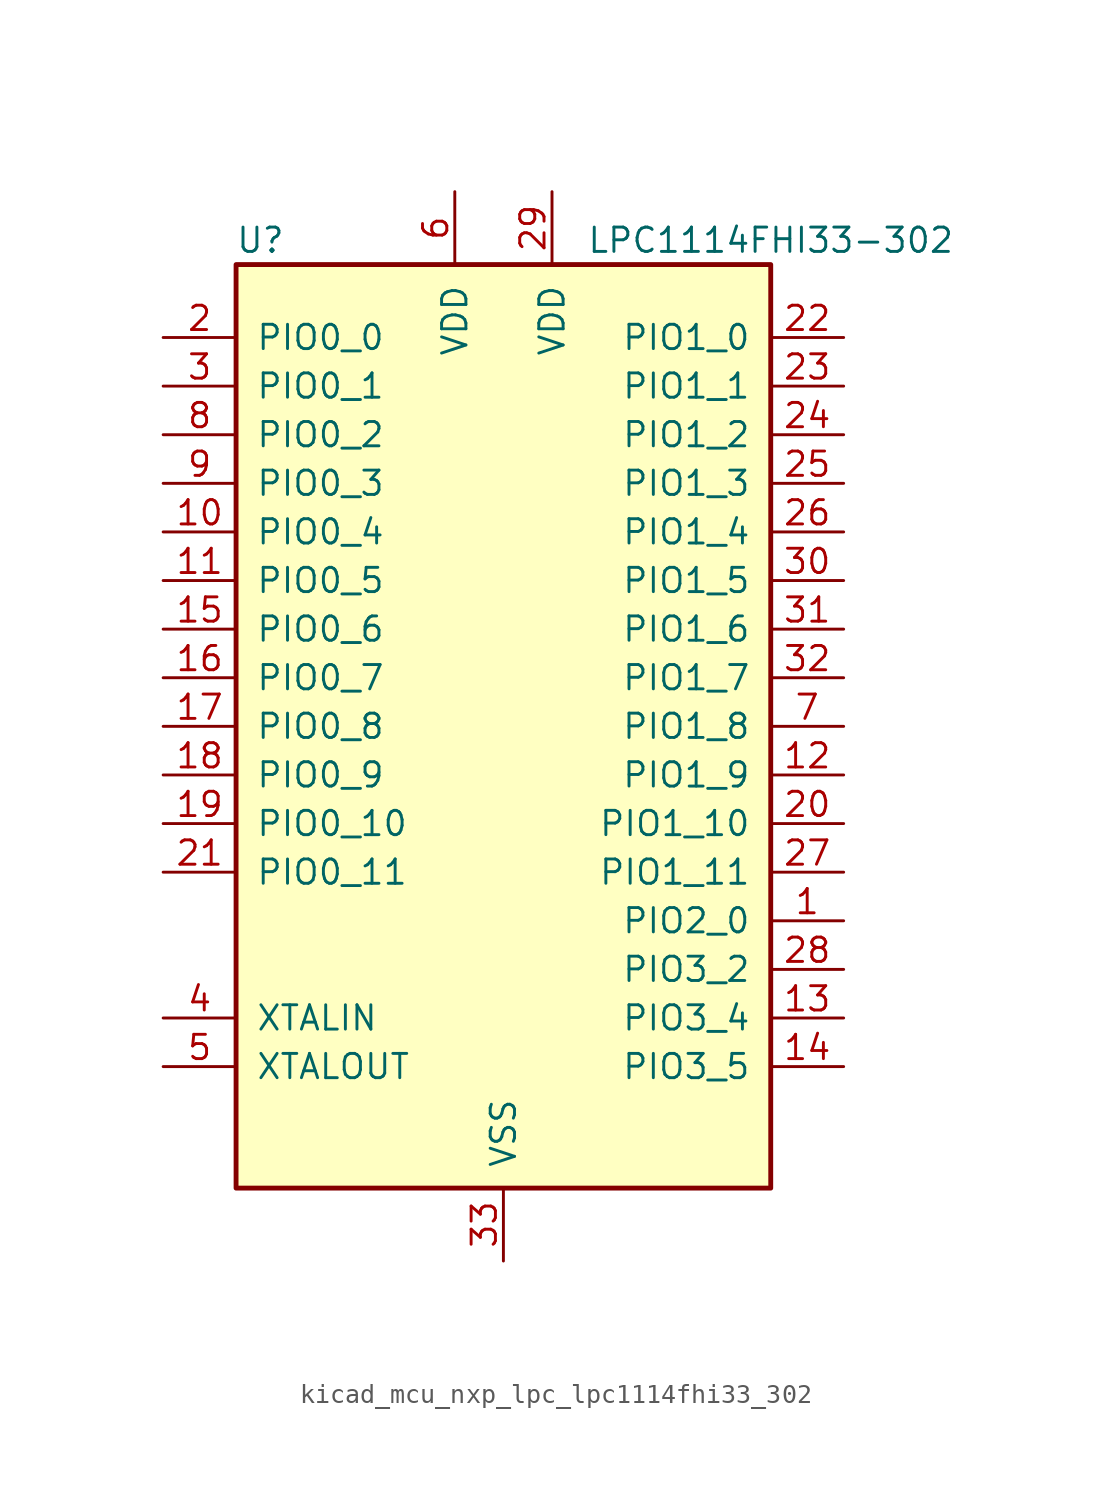
<source format=kicad_sym>
(kicad_symbol_lib
  (version 20220914)
  (generator kicad_symbol_editor)
  (symbol "kicad_mcu_nxp_lpc_lpc1114fhi33_302"
    (pin_names
      (offset 1.016))
    (property "Reference" "U"
      (at -12.7 25.4 0)
      (effects (font (size 1.27 1.27))))
    (property "Value" "LPC1114FHI33-302"
      (at 13.97 25.4 0)
      (effects (font (size 1.27 1.27))))
    (symbol "kicad_mcu_nxp_lpc_lpc1114fhi33_302_0_1"
      (rectangle (start -13.97 24.13) (end 13.97 -24.13) (stroke (width 0.254) (type default)) (fill (type background))))
    (symbol "kicad_mcu_nxp_lpc_lpc1114fhi33_302_1_1"
      (pin bidirectional line (at 17.78 -10.16 180) (length 3.81) (name "PIO2_0" (effects (font (size 1.27 1.27)))) (number "1" (effects (font (size 1.27 1.27)))))
      (pin bidirectional line (at -17.78 10.16 0) (length 3.81) (name "PIO0_4" (effects (font (size 1.27 1.27)))) (number "10" (effects (font (size 1.27 1.27)))))
      (pin bidirectional line (at -17.78 7.62 0) (length 3.81) (name "PIO0_5" (effects (font (size 1.27 1.27)))) (number "11" (effects (font (size 1.27 1.27)))))
      (pin bidirectional line (at 17.78 -2.54 180) (length 3.81) (name "PIO1_9" (effects (font (size 1.27 1.27)))) (number "12" (effects (font (size 1.27 1.27)))))
      (pin bidirectional line (at 17.78 -15.24 180) (length 3.81) (name "PIO3_4" (effects (font (size 1.27 1.27)))) (number "13" (effects (font (size 1.27 1.27)))))
      (pin bidirectional line (at 17.78 -17.78 180) (length 3.81) (name "PIO3_5" (effects (font (size 1.27 1.27)))) (number "14" (effects (font (size 1.27 1.27)))))
      (pin bidirectional line (at -17.78 5.08 0) (length 3.81) (name "PIO0_6" (effects (font (size 1.27 1.27)))) (number "15" (effects (font (size 1.27 1.27)))))
      (pin bidirectional line (at -17.78 2.54 0) (length 3.81) (name "PIO0_7" (effects (font (size 1.27 1.27)))) (number "16" (effects (font (size 1.27 1.27)))))
      (pin bidirectional line (at -17.78 0 0) (length 3.81) (name "PIO0_8" (effects (font (size 1.27 1.27)))) (number "17" (effects (font (size 1.27 1.27)))))
      (pin bidirectional line (at -17.78 -2.54 0) (length 3.81) (name "PIO0_9" (effects (font (size 1.27 1.27)))) (number "18" (effects (font (size 1.27 1.27)))))
      (pin bidirectional line (at -17.78 -5.08 0) (length 3.81) (name "PIO0_10" (effects (font (size 1.27 1.27)))) (number "19" (effects (font (size 1.27 1.27)))))
      (pin bidirectional line (at -17.78 20.32 0) (length 3.81) (name "PIO0_0" (effects (font (size 1.27 1.27)))) (number "2" (effects (font (size 1.27 1.27)))))
      (pin bidirectional line (at 17.78 -5.08 180) (length 3.81) (name "PIO1_10" (effects (font (size 1.27 1.27)))) (number "20" (effects (font (size 1.27 1.27)))))
      (pin bidirectional line (at -17.78 -7.62 0) (length 3.81) (name "PIO0_11" (effects (font (size 1.27 1.27)))) (number "21" (effects (font (size 1.27 1.27)))))
      (pin bidirectional line (at 17.78 20.32 180) (length 3.81) (name "PIO1_0" (effects (font (size 1.27 1.27)))) (number "22" (effects (font (size 1.27 1.27)))))
      (pin bidirectional line (at 17.78 17.78 180) (length 3.81) (name "PIO1_1" (effects (font (size 1.27 1.27)))) (number "23" (effects (font (size 1.27 1.27)))))
      (pin bidirectional line (at 17.78 15.24 180) (length 3.81) (name "PIO1_2" (effects (font (size 1.27 1.27)))) (number "24" (effects (font (size 1.27 1.27)))))
      (pin bidirectional line (at 17.78 12.7 180) (length 3.81) (name "PIO1_3" (effects (font (size 1.27 1.27)))) (number "25" (effects (font (size 1.27 1.27)))))
      (pin bidirectional line (at 17.78 10.16 180) (length 3.81) (name "PIO1_4" (effects (font (size 1.27 1.27)))) (number "26" (effects (font (size 1.27 1.27)))))
      (pin bidirectional line (at 17.78 -7.62 180) (length 3.81) (name "PIO1_11" (effects (font (size 1.27 1.27)))) (number "27" (effects (font (size 1.27 1.27)))))
      (pin bidirectional line (at 17.78 -12.7 180) (length 3.81) (name "PIO3_2" (effects (font (size 1.27 1.27)))) (number "28" (effects (font (size 1.27 1.27)))))
      (pin power_in line (at 2.54 27.94 270) (length 3.81) (name "VDD" (effects (font (size 1.27 1.27)))) (number "29" (effects (font (size 1.27 1.27)))))
      (pin bidirectional line (at -17.78 17.78 0) (length 3.81) (name "PIO0_1" (effects (font (size 1.27 1.27)))) (number "3" (effects (font (size 1.27 1.27)))))
      (pin bidirectional line (at 17.78 7.62 180) (length 3.81) (name "PIO1_5" (effects (font (size 1.27 1.27)))) (number "30" (effects (font (size 1.27 1.27)))))
      (pin bidirectional line (at 17.78 5.08 180) (length 3.81) (name "PIO1_6" (effects (font (size 1.27 1.27)))) (number "31" (effects (font (size 1.27 1.27)))))
      (pin bidirectional line (at 17.78 2.54 180) (length 3.81) (name "PIO1_7" (effects (font (size 1.27 1.27)))) (number "32" (effects (font (size 1.27 1.27)))))
      (pin power_in line (at 0 -27.94 90) (length 3.81) (name "VSS" (effects (font (size 1.27 1.27)))) (number "33" (effects (font (size 1.27 1.27)))))
      (pin input line (at -17.78 -15.24 0) (length 3.81) (name "XTALIN" (effects (font (size 1.27 1.27)))) (number "4" (effects (font (size 1.27 1.27)))))
      (pin output line (at -17.78 -17.78 0) (length 3.81) (name "XTALOUT" (effects (font (size 1.27 1.27)))) (number "5" (effects (font (size 1.27 1.27)))))
      (pin power_in line (at -2.54 27.94 270) (length 3.81) (name "VDD" (effects (font (size 1.27 1.27)))) (number "6" (effects (font (size 1.27 1.27)))))
      (pin bidirectional line (at 17.78 0 180) (length 3.81) (name "PIO1_8" (effects (font (size 1.27 1.27)))) (number "7" (effects (font (size 1.27 1.27)))))
      (pin bidirectional line (at -17.78 15.24 0) (length 3.81) (name "PIO0_2" (effects (font (size 1.27 1.27)))) (number "8" (effects (font (size 1.27 1.27)))))
      (pin bidirectional line (at -17.78 12.7 0) (length 3.81) (name "PIO0_3" (effects (font (size 1.27 1.27)))) (number "9" (effects (font (size 1.27 1.27))))))))
</source>
